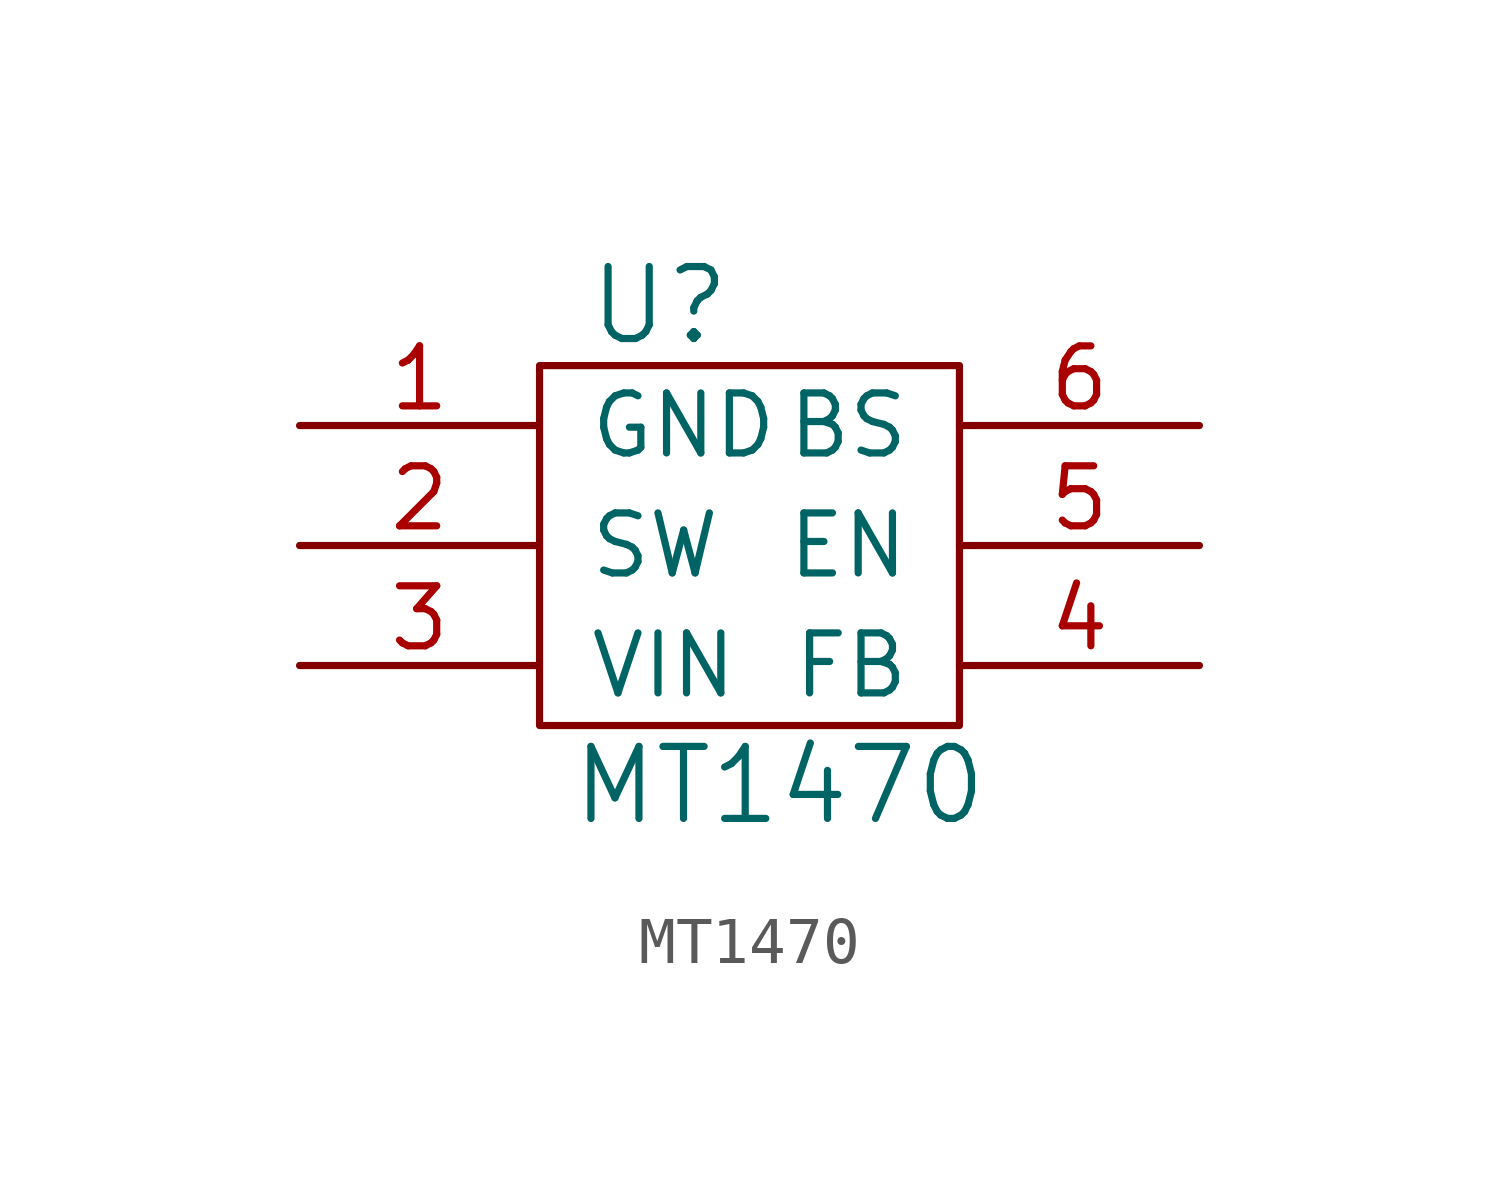
<source format=kicad_sym>
(kicad_symbol_lib
  (version 20220914)
  (generator kicad_symbol_editor)
  (symbol "MT1470"
    (pin_names
      (offset 1.016))
    (property "Reference" "U"
      (at -2.54 5.08 0)
      (effects (font (size 1.524 1.524))))
    (property "Value" "MT1470"
      (at 0 -5.08 0)
      (effects (font (size 1.524 1.524))))
    (property "Footprint" ""
      (at 0 0 0)
      (effects (font (size 1.524 1.524))))
    (property "Datasheet" ""
      (at 0 0 0)
      (effects (font (size 1.524 1.524))))
    (symbol "MT1470_0_1"
      (rectangle (start -5.08 3.81) (end 3.81 -3.81) (stroke (width 0) (type default)) (fill (type none))))
    (symbol "MT1470_1_1"
      (pin input line (at -10.16 2.54 0) (length 5.08) (name "GND" (effects (font (size 1.27 1.27)))) (number "1" (effects (font (size 1.27 1.27)))))
      (pin input line (at -10.16 0 0) (length 5.08) (name "SW" (effects (font (size 1.27 1.27)))) (number "2" (effects (font (size 1.27 1.27)))))
      (pin input line (at -10.16 -2.54 0) (length 5.08) (name "VIN" (effects (font (size 1.27 1.27)))) (number "3" (effects (font (size 1.27 1.27)))))
      (pin input line (at 8.89 -2.54 180) (length 5.08) (name "FB" (effects (font (size 1.27 1.27)))) (number "4" (effects (font (size 1.27 1.27)))))
      (pin input line (at 8.89 0 180) (length 5.08) (name "EN" (effects (font (size 1.27 1.27)))) (number "5" (effects (font (size 1.27 1.27)))))
      (pin input line (at 8.89 2.54 180) (length 5.08) (name "BS" (effects (font (size 1.27 1.27)))) (number "6" (effects (font (size 1.27 1.27))))))))
</source>
